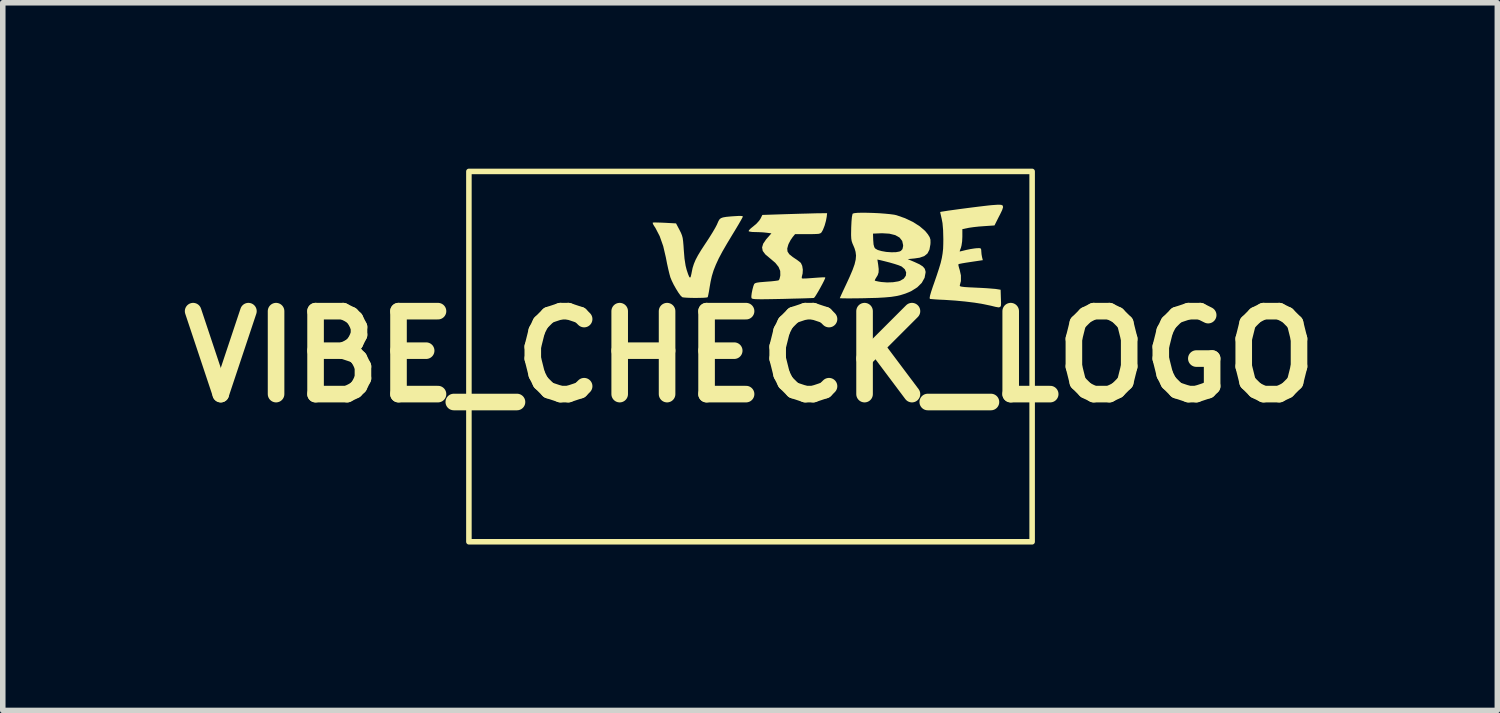
<source format=kicad_pcb>
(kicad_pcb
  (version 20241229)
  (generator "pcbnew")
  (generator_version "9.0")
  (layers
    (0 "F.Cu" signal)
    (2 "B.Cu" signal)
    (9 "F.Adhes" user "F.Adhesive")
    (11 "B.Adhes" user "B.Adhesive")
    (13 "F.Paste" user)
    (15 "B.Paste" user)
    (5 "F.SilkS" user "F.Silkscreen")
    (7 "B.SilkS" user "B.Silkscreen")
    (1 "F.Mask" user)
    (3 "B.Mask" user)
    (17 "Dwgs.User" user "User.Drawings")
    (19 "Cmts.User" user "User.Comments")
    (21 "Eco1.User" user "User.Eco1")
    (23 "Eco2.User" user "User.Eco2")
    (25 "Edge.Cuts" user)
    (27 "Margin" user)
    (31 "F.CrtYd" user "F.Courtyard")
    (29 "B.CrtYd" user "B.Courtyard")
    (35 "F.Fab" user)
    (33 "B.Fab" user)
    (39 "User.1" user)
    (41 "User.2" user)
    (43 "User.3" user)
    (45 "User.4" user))
  (footprint "VIBE_CHECK_LOGO"
    (layer "F.Cu")
    (at 10.514 3.399)
    (property "Reference" "VIBE_CHECK_LOGO" (at 0 0 180) (layer "F.SilkS") (effects (font (size 1.5 1.5) (thickness 0.3))))
    (attr board_only exclude_from_pos_files exclude_from_bom)
    (fp_poly (pts (xy 5.002 0) (xy 5.002 3.249) (xy 0.009 3.249) (xy -4.984 3.249) (xy -4.984 0.036) (xy -4.91 0.036) (xy -4.907 0.074) (xy -4.899 0.142) (xy -4.887 0.236) (xy -4.871 0.351) (xy -4.852 0.48) (xy -4.831 0.619) (xy -4.809 0.762) (xy -4.786 0.904) (xy -4.764 1.039) (xy -4.752 1.108) (xy -4.689 1.457) (xy -4.626 1.77) (xy -4.563 2.046) (xy -4.499 2.286) (xy -4.436 2.49) (xy -4.372 2.658) (xy -4.307 2.791) (xy -4.243 2.888) (xy -4.222 2.912) (xy -4.164 2.958) (xy -4.11 2.97) (xy -4.052 2.947) (xy -4.045 2.942) (xy -3.995 2.893) (xy -3.938 2.812) (xy -3.878 2.705) (xy -3.817 2.576) (xy -3.768 2.458) (xy -3.734 2.366) (xy -3.698 2.263) (xy -3.658 2.145) (xy -3.641 2.092) (xy -1.769 2.092) (xy -1.768 2.113) (xy -1.755 2.255) (xy -1.728 2.37) (xy -1.683 2.464) (xy -1.618 2.545) (xy -1.609 2.553) (xy -1.536 2.613) (xy -1.457 2.651) (xy -1.364 2.668) (xy -1.246 2.67) (xy -1.243 2.669) (xy -1.137 2.66) (xy -1.051 2.639) (xy -1.042 2.636) (xy -0.542 2.636) (xy -0.542 2.644) (xy -0.52 2.651) (xy -0.472 2.656) (xy -0.408 2.658) (xy -0.404 2.658) (xy -0.332 2.656) (xy -0.289 2.649) (xy -0.268 2.636) (xy -0.265 2.629) (xy -0.258 2.601) (xy -0.249 2.544) (xy -0.236 2.464) (xy -0.223 2.368) (xy -0.214 2.301) (xy -0.174 2.003) (xy -0.029 1.997) (xy 0.041 1.997) (xy 0.096 1.999) (xy 0.127 2.005) (xy 0.129 2.007) (xy 0.131 2.029) (xy 0.128 2.081) (xy 0.121 2.158) (xy 0.11 2.251) (xy 0.1 2.326) (xy 0.087 2.428) (xy 0.077 2.517) (xy 0.069 2.587) (xy 0.067 2.632) (xy 0.067 2.644) (xy 0.09 2.653) (xy 0.138 2.657) (xy 0.199 2.658) (xy 0.261 2.655) (xy 0.312 2.649) (xy 0.341 2.64) (xy 0.342 2.639) (xy 0.789 2.639) (xy 0.789 2.644) (xy 0.808 2.648) (xy 0.86 2.652) (xy 0.938 2.654) (xy 1.037 2.657) (xy 1.153 2.658) (xy 1.238 2.658) (xy 1.386 2.658) (xy 1.5 2.656) (xy 1.584 2.653) (xy 1.641 2.649) (xy 1.675 2.644) (xy 1.688 2.636) (xy 1.689 2.635) (xy 1.695 2.604) (xy 1.7 2.551) (xy 1.702 2.52) (xy 1.707 2.427) (xy 1.422 2.422) (xy 1.323 2.42) (xy 1.236 2.416) (xy 1.17 2.411) (xy 1.131 2.406) (xy 1.123 2.404) (xy 1.119 2.38) (xy 1.121 2.326) (xy 1.128 2.248) (xy 1.14 2.154) (xy 1.149 2.092) (xy 2.163 2.092) (xy 2.164 2.113) (xy 2.177 2.255) (xy 2.204 2.37) (xy 2.249 2.464) (xy 2.314 2.545) (xy 2.323 2.553) (xy 2.396 2.613) (xy 2.474 2.651) (xy 2.568 2.668) (xy 2.686 2.67) (xy 2.689 2.669) (xy 2.795 2.66) (xy 2.881 2.639) (xy 2.89 2.636) (xy 3.425 2.636) (xy 3.426 2.642) (xy 3.449 2.652) (xy 3.497 2.657) (xy 3.557 2.658) (xy 3.616 2.655) (xy 3.663 2.647) (xy 3.684 2.638) (xy 3.691 2.613) (xy 3.701 2.559) (xy 3.713 2.48) (xy 3.728 2.385) (xy 3.739 2.304) (xy 3.753 2.2) (xy 3.766 2.111) (xy 3.777 2.041) (xy 3.785 1.996) (xy 3.789 1.983) (xy 3.797 1.996) (xy 3.813 2.036) (xy 3.834 2.095) (xy 3.838 2.109) (xy 3.863 2.184) (xy 3.895 2.279) (xy 3.93 2.381) (xy 3.955 2.45) (xy 4.028 2.658) (xy 4.182 2.658) (xy 4.253 2.657) (xy 4.309 2.652) (xy 4.34 2.647) (xy 4.344 2.644) (xy 4.34 2.624) (xy 4.324 2.574) (xy 4.299 2.5) (xy 4.266 2.406) (xy 4.227 2.298) (xy 4.204 2.239) (xy 4.057 1.847) (xy 4.28 1.499) (xy 4.345 1.396) (xy 4.404 1.303) (xy 4.453 1.224) (xy 4.49 1.164) (xy 4.511 1.127) (xy 4.515 1.12) (xy 4.517 1.105) (xy 4.503 1.095) (xy 4.469 1.091) (xy 4.405 1.089) (xy 4.38 1.089) (xy 4.301 1.091) (xy 4.25 1.097) (xy 4.219 1.109) (xy 4.206 1.121) (xy 4.187 1.147) (xy 4.154 1.199) (xy 4.109 1.271) (xy 4.056 1.357) (xy 4.006 1.44) (xy 3.95 1.532) (xy 3.901 1.614) (xy 3.861 1.679) (xy 3.833 1.723) (xy 3.822 1.74) (xy 3.82 1.727) (xy 3.823 1.684) (xy 3.83 1.615) (xy 3.841 1.526) (xy 3.852 1.445) (xy 3.865 1.341) (xy 3.876 1.249) (xy 3.883 1.176) (xy 3.886 1.128) (xy 3.886 1.112) (xy 3.864 1.099) (xy 3.818 1.092) (xy 3.759 1.089) (xy 3.699 1.091) (xy 3.651 1.098) (xy 3.625 1.11) (xy 3.625 1.111) (xy 3.62 1.134) (xy 3.61 1.189) (xy 3.598 1.27) (xy 3.583 1.374) (xy 3.565 1.496) (xy 3.547 1.63) (xy 3.528 1.772) (xy 3.509 1.918) (xy 3.491 2.062) (xy 3.473 2.2) (xy 3.458 2.327) (xy 3.444 2.439) (xy 3.434 2.531) (xy 3.427 2.598) (xy 3.425 2.636) (xy 2.89 2.636) (xy 2.943 2.615) (xy 2.997 2.588) (xy 3.034 2.564) (xy 3.046 2.551) (xy 3.039 2.527) (xy 3.022 2.483) (xy 3 2.431) (xy 2.977 2.379) (xy 2.958 2.341) (xy 2.948 2.326) (xy 2.93 2.333) (xy 2.891 2.353) (xy 2.87 2.363) (xy 2.803 2.386) (xy 2.723 2.398) (xy 2.647 2.398) (xy 2.589 2.384) (xy 2.586 2.382) (xy 2.532 2.332) (xy 2.494 2.251) (xy 2.473 2.14) (xy 2.469 2) (xy 2.476 1.901) (xy 2.5 1.741) (xy 2.54 1.604) (xy 2.594 1.494) (xy 2.66 1.412) (xy 2.714 1.375) (xy 2.787 1.353) (xy 2.873 1.35) (xy 2.954 1.365) (xy 2.979 1.375) (xy 3.032 1.397) (xy 3.074 1.395) (xy 3.112 1.366) (xy 3.152 1.313) (xy 3.193 1.247) (xy 3.208 1.201) (xy 3.197 1.167) (xy 3.158 1.139) (xy 3.124 1.123) (xy 3.004 1.087) (xy 2.87 1.074) (xy 2.739 1.084) (xy 2.649 1.109) (xy 2.526 1.174) (xy 2.417 1.271) (xy 2.326 1.395) (xy 2.253 1.543) (xy 2.2 1.71) (xy 2.17 1.894) (xy 2.163 2.092) (xy 1.149 2.092) (xy 1.155 2.054) (xy 1.164 1.995) (xy 1.399 1.99) (xy 1.634 1.984) (xy 1.646 1.883) (xy 1.651 1.825) (xy 1.652 1.782) (xy 1.65 1.768) (xy 1.629 1.762) (xy 1.578 1.758) (xy 1.506 1.755) (xy 1.42 1.754) (xy 1.318 1.752) (xy 1.249 1.748) (xy 1.211 1.741) (xy 1.2 1.732) (xy 1.203 1.684) (xy 1.21 1.618) (xy 1.221 1.543) (xy 1.233 1.469) (xy 1.245 1.406) (xy 1.255 1.363) (xy 1.26 1.352) (xy 1.28 1.342) (xy 1.326 1.335) (xy 1.399 1.331) (xy 1.505 1.329) (xy 1.561 1.329) (xy 1.675 1.328) (xy 1.764 1.324) (xy 1.825 1.319) (xy 1.854 1.312) (xy 1.855 1.31) (xy 1.864 1.282) (xy 1.873 1.231) (xy 1.878 1.19) (xy 1.888 1.089) (xy 1.442 1.089) (xy 1.294 1.09) (xy 1.179 1.091) (xy 1.094 1.094) (xy 1.037 1.098) (xy 1.002 1.104) (xy 0.988 1.111) (xy 0.987 1.112) (xy 0.982 1.137) (xy 0.974 1.194) (xy 0.962 1.277) (xy 0.947 1.382) (xy 0.931 1.503) (xy 0.913 1.638) (xy 0.894 1.78) (xy 0.875 1.926) (xy 0.856 2.07) (xy 0.839 2.207) (xy 0.823 2.334) (xy 0.81 2.445) (xy 0.799 2.536) (xy 0.792 2.602) (xy 0.789 2.639) (xy 0.342 2.639) (xy 0.343 2.638) (xy 0.348 2.615) (xy 0.357 2.561) (xy 0.37 2.479) (xy 0.385 2.376) (xy 0.402 2.254) (xy 0.42 2.12) (xy 0.439 1.978) (xy 0.458 1.833) (xy 0.477 1.688) (xy 0.494 1.55) (xy 0.51 1.422) (xy 0.523 1.31) (xy 0.534 1.217) (xy 0.54 1.149) (xy 0.543 1.111) (xy 0.543 1.104) (xy 0.521 1.097) (xy 0.472 1.091) (xy 0.407 1.089) (xy 0.404 1.089) (xy 0.33 1.091) (xy 0.285 1.099) (xy 0.266 1.114) (xy 0.266 1.116) (xy 0.26 1.142) (xy 0.25 1.198) (xy 0.238 1.278) (xy 0.225 1.374) (xy 0.215 1.443) (xy 0.175 1.744) (xy 0.023 1.75) (xy -0.034 1.753) (xy -0.075 1.753) (xy -0.104 1.747) (xy -0.121 1.729) (xy -0.127 1.695) (xy -0.125 1.64) (xy -0.115 1.56) (xy -0.1 1.45) (xy -0.092 1.394) (xy -0.08 1.298) (xy -0.071 1.214) (xy -0.066 1.15) (xy -0.065 1.112) (xy -0.066 1.106) (xy -0.089 1.097) (xy -0.137 1.091) (xy -0.198 1.089) (xy -0.26 1.091) (xy -0.311 1.096) (xy -0.339 1.105) (xy -0.341 1.107) (xy -0.346 1.129) (xy -0.355 1.183) (xy -0.368 1.264) (xy -0.382 1.368) (xy -0.399 1.488) (xy -0.417 1.622) (xy -0.436 1.764) (xy -0.456 1.91) (xy -0.474 2.055) (xy -0.492 2.193) (xy -0.508 2.322) (xy -0.521 2.435) (xy -0.532 2.528) (xy -0.539 2.597) (xy -0.542 2.636) (xy -1.042 2.636) (xy -0.989 2.615) (xy -0.935 2.588) (xy -0.898 2.564) (xy -0.886 2.551) (xy -0.893 2.527) (xy -0.91 2.483) (xy -0.932 2.431) (xy -0.955 2.379) (xy -0.973 2.341) (xy -0.983 2.326) (xy -1.002 2.333) (xy -1.041 2.353) (xy -1.061 2.363) (xy -1.129 2.386) (xy -1.208 2.398) (xy -1.285 2.398) (xy -1.343 2.384) (xy -1.346 2.382) (xy -1.4 2.332) (xy -1.438 2.251) (xy -1.459 2.14) (xy -1.463 2) (xy -1.456 1.901) (xy -1.432 1.741) (xy -1.392 1.604) (xy -1.338 1.494) (xy -1.271 1.412) (xy -1.218 1.375) (xy -1.145 1.353) (xy -1.059 1.35) (xy -0.978 1.365) (xy -0.953 1.375) (xy -0.899 1.397) (xy -0.858 1.395) (xy -0.82 1.366) (xy -0.78 1.313) (xy -0.739 1.247) (xy -0.723 1.201) (xy -0.735 1.167) (xy -0.774 1.139) (xy -0.808 1.123) (xy -0.928 1.087) (xy -1.061 1.074) (xy -1.193 1.084) (xy -1.282 1.109) (xy -1.406 1.174) (xy -1.514 1.271) (xy -1.606 1.395) (xy -1.679 1.543) (xy -1.732 1.71) (xy -1.762 1.894) (xy -1.769 2.092) (xy -3.641 2.092) (xy -3.615 2.01) (xy -3.567 1.854) (xy -3.514 1.674) (xy -3.454 1.467) (xy -3.387 1.23) (xy -3.313 0.969) (xy -3.271 0.82) (xy -3.23 0.674) (xy -3.191 0.538) (xy -3.156 0.416) (xy -3.126 0.316) (xy -3.105 0.243) (xy -3.099 0.224) (xy -3.076 0.147) (xy -3.058 0.082) (xy -3.048 0.038) (xy -3.046 0.025) (xy -3.051 0.02) (xy -3.067 0.015) (xy -3.099 0.011) (xy -3.147 0.007) (xy -3.216 0.005) (xy -3.308 0.003) (xy -3.425 0.002) (xy -3.57 0.001) (xy -3.747 0.000162) (xy -3.957 0.000001) (xy -3.978 0) (xy -3.006 0) (xy -2.936 0.208) (xy -2.844 0.465) (xy -2.752 0.688) (xy -2.661 0.878) (xy -2.571 1.032) (xy -2.483 1.152) (xy -2.397 1.235) (xy -2.342 1.271) (xy -2.282 1.298) (xy -2.236 1.308) (xy -2.186 1.304) (xy -2.133 1.29) (xy -2.067 1.259) (xy -1.985 1.196) (xy -1.932 1.147) (xy -1.886 1.099) (xy -1.836 1.043) (xy -1.782 0.975) (xy -1.721 0.892) (xy -1.651 0.79) (xy -1.569 0.667) (xy -1.473 0.519) (xy -1.36 0.342) (xy -1.354 0.332) (xy -1.299 0.246) (xy -1.249 0.167) (xy -1.207 0.103) (xy -1.18 0.06) (xy -1.174 0.051) (xy -1.146 0.009) (xy -1.112 0.009) (xy -1.033 0.111) (xy -0.955 0.203) (xy -0.868 0.295) (xy -0.78 0.379) (xy -0.7 0.446) (xy -0.659 0.475) (xy -0.524 0.546) (xy -0.39 0.583) (xy -0.256 0.585) (xy -0.115 0.552) (xy 0.017 0.496) (xy 0.085 0.458) (xy 0.174 0.404) (xy 0.277 0.339) (xy 0.383 0.269) (xy 0.467 0.212) (xy 0.758 0.009) (xy 0.84 0.009) (xy 0.959 0.071) (xy 1.074 0.127) (xy 1.177 0.168) (xy 1.286 0.199) (xy 1.348 0.213) (xy 1.458 0.228) (xy 1.59 0.232) (xy 1.73 0.225) (xy 1.865 0.209) (xy 1.966 0.187) (xy 2.037 0.167) (xy 2.129 0.14) (xy 2.232 0.108) (xy 2.317 0.081) (xy 2.515 0.017) (xy 2.75 0.017) (xy 2.75 0.017) (xy 2.781 0.027) (xy 2.841 0.041) (xy 2.926 0.057) (xy 3.029 0.075) (xy 3.143 0.094) (xy 3.175 0.099) (xy 3.264 0.107) (xy 3.382 0.111) (xy 3.521 0.11) (xy 3.673 0.105) (xy 3.831 0.095) (xy 3.986 0.082) (xy 4.132 0.066) (xy 4.148 0.064) (xy 4.256 0.049) (xy 4.352 0.035) (xy 4.428 0.023) (xy 4.48 0.014) (xy 4.502 0.009) (xy 4.502 0.009) (xy 4.486 0.007) (xy 4.436 0.005) (xy 4.357 0.004) (xy 4.251 0.003) (xy 4.122 0.002) (xy 3.974 0.001) (xy 3.81 0.001) (xy 3.633 0.001) (xy 3.616 0.001) (xy 3.434 0.001) (xy 3.267 0.002) (xy 3.118 0.004) (xy 2.989 0.006) (xy 2.885 0.008) (xy 2.809 0.011) (xy 2.763 0.014) (xy 2.75 0.017) (xy 2.515 0.017) (xy 2.538 0.009) (xy 2.119 0.004) (xy 1.964 0.003) (xy 1.787 0.002) (xy 1.602 0.002) (xy 1.423 0.003) (xy 1.27 0.004) (xy 0.84 0.009) (xy 0.758 0.009) (xy 0.285 0.004) (xy 0.12 0.003) (xy -0.067 0.002) (xy -0.262 0.002) (xy -0.451 0.003) (xy -0.62 0.004) (xy -0.65 0.004) (xy -1.112 0.009) (xy -1.146 0.009) (xy -1.14 0) (xy -2.073 -0.000001) (xy -3.006 0) (xy -3.978 0) (xy -4.187 0.000033) (xy -4.363 0.000212) (xy -4.507 0.001) (xy -4.624 0.001) (xy -4.715 0.003) (xy -4.785 0.005) (xy -4.836 0.007) (xy -4.87 0.011) (xy -4.892 0.015) (xy -4.904 0.021) (xy -4.909 0.028) (xy -4.91 0.036) (xy -4.91 0.036) (xy -4.984 0.036) (xy -4.984 -0.000001) (xy -4.984 -3.193) (xy -4.929 -3.193) (xy -4.927 -1.657) (xy -4.925 -0.12) (xy -4.874 -0.461) (xy -4.816 -0.832) (xy -4.759 -1.168) (xy -4.704 -1.47) (xy -4.65 -1.741) (xy -4.597 -1.982) (xy -4.543 -2.196) (xy -4.49 -2.383) (xy -4.435 -2.546) (xy -4.38 -2.687) (xy -4.353 -2.745) (xy -4.306 -2.831) (xy -4.253 -2.904) (xy -4.199 -2.958) (xy -4.151 -2.987) (xy -4.133 -2.99) (xy -4.084 -2.983) (xy -4.036 -2.96) (xy -3.988 -2.919) (xy -3.939 -2.859) (xy -3.889 -2.778) (xy -3.837 -2.674) (xy -3.781 -2.547) (xy -3.723 -2.393) (xy -3.66 -2.212) (xy -3.592 -2.001) (xy -3.518 -1.76) (xy -3.438 -1.486) (xy -3.351 -1.178) (xy -3.341 -1.144) (xy -3.3 -0.995) (xy -3.255 -0.837) (xy -3.21 -0.68) (xy -3.168 -0.533) (xy -3.131 -0.406) (xy -3.116 -0.353) (xy -3.021 -0.033) (xy -2.945 -0.252) (xy -2.849 -0.509) (xy -2.756 -0.729) (xy -2.664 -0.914) (xy -2.574 -1.063) (xy -2.484 -1.178) (xy -2.394 -1.259) (xy -2.305 -1.307) (xy -2.214 -1.322) (xy -2.148 -1.312) (xy -2.084 -1.289) (xy -2.019 -1.252) (xy -1.953 -1.2) (xy -1.882 -1.129) (xy -1.804 -1.037) (xy -1.718 -0.921) (xy -1.62 -0.779) (xy -1.509 -0.608) (xy -1.45 -0.515) (xy -1.38 -0.403) (xy -1.314 -0.3) (xy -1.257 -0.211) (xy -1.21 -0.139) (xy -1.176 -0.09) (xy -1.162 -0.07) (xy -1.126 -0.028) (xy -1.067 -0.102) (xy -0.978 -0.206) (xy -0.88 -0.307) (xy -0.78 -0.399) (xy -0.685 -0.474) (xy -0.602 -0.528) (xy -0.583 -0.537) (xy -0.478 -0.579) (xy -0.378 -0.603) (xy -0.278 -0.607) (xy -0.173 -0.591) (xy -0.061 -0.554) (xy 0.064 -0.494) (xy 0.206 -0.41) (xy 0.368 -0.301) (xy 0.415 -0.268) (xy 0.538 -0.181) (xy 0.635 -0.114) (xy 0.707 -0.067) (xy 0.758 -0.036) (xy 0.79 -0.021) (xy 0.801 -0.019) (xy 0.826 -0.027) (xy 0.867 -0.05) (xy 0.877 -0.056) (xy 0.963 -0.101) (xy 1.072 -0.148) (xy 1.19 -0.19) (xy 1.303 -0.222) (xy 1.339 -0.23) (xy 1.448 -0.249) (xy 1.554 -0.258) (xy 1.662 -0.256) (xy 1.779 -0.243) (xy 1.911 -0.218) (xy 2.062 -0.18) (xy 2.24 -0.128) (xy 2.302 -0.109) (xy 2.414 -0.074) (xy 2.498 -0.05) (xy 2.559 -0.034) (xy 2.604 -0.026) (xy 2.64 -0.024) (xy 2.674 -0.027) (xy 2.711 -0.035) (xy 2.714 -0.035) (xy 2.836 -0.062) (xy 2.938 -0.082) (xy 3.026 -0.097) (xy 3.11 -0.107) (xy 3.199 -0.113) (xy 3.302 -0.117) (xy 3.427 -0.118) (xy 3.526 -0.119) (xy 3.677 -0.118) (xy 3.799 -0.116) (xy 3.902 -0.112) (xy 3.995 -0.105) (xy 4.086 -0.095) (xy 4.184 -0.081) (xy 4.209 -0.077) (xy 4.331 -0.059) (xy 4.467 -0.044) (xy 4.599 -0.031) (xy 4.711 -0.024) (xy 4.712 -0.024) (xy 4.947 -0.013) (xy 4.947 -1.603) (xy 4.947 -3.193) (xy 0.009 -3.193) (xy -4.929 -3.193) (xy -4.984 -3.193) (xy -4.984 -3.249) (xy 0.009 -3.249) (xy 5.002 -3.249)) (stroke (width 0) (type solid)) (fill yes) (layer "F.Mask"))
    (fp_rect (start -5.084 -3.349) (end 5.102 3.349) (stroke (width 0.1) (type default)) (fill no) (layer "F.SilkS"))
    (fp_poly (pts (xy -0.149 -2.543) (xy -0.129 -2.535) (xy -0.129 -2.534) (xy -0.138 -2.513) (xy -0.164 -2.466) (xy -0.203 -2.398) (xy -0.253 -2.314) (xy -0.31 -2.22) (xy -0.312 -2.217) (xy -0.415 -2.046) (xy -0.499 -1.901) (xy -0.566 -1.775) (xy -0.618 -1.662) (xy -0.659 -1.559) (xy -0.69 -1.458) (xy -0.713 -1.355) (xy -0.73 -1.258) (xy -0.742 -1.182) (xy -0.754 -1.12) (xy -0.763 -1.081) (xy -0.767 -1.073) (xy -0.79 -1.068) (xy -0.841 -1.064) (xy -0.91 -1.062) (xy -0.99 -1.061) (xy -1.07 -1.062) (xy -1.142 -1.065) (xy -1.197 -1.069) (xy -1.225 -1.074) (xy -1.225 -1.074) (xy -1.255 -1.102) (xy -1.294 -1.155) (xy -1.337 -1.224) (xy -1.38 -1.3) (xy -1.416 -1.374) (xy -1.44 -1.432) (xy -1.457 -1.493) (xy -1.478 -1.579) (xy -1.5 -1.679) (xy -1.52 -1.782) (xy -1.521 -1.788) (xy -1.57 -1.998) (xy -1.634 -2.179) (xy -1.712 -2.329) (xy -1.735 -2.363) (xy -1.756 -2.4) (xy -1.76 -2.422) (xy -1.759 -2.423) (xy -1.735 -2.426) (xy -1.684 -2.425) (xy -1.611 -2.423) (xy -1.541 -2.42) (xy -1.338 -2.409) (xy -1.275 -2.29) (xy -1.249 -2.238) (xy -1.231 -2.193) (xy -1.218 -2.145) (xy -1.21 -2.086) (xy -1.203 -2.006) (xy -1.198 -1.93) (xy -1.185 -1.772) (xy -1.165 -1.644) (xy -1.146 -1.569) (xy -1.119 -1.488) (xy -1.099 -1.441) (xy -1.084 -1.427) (xy -1.072 -1.446) (xy -1.06 -1.497) (xy -1.054 -1.528) (xy -1.038 -1.605) (xy -1.015 -1.677) (xy -0.984 -1.751) (xy -0.94 -1.834) (xy -0.881 -1.931) (xy -0.803 -2.05) (xy -0.79 -2.069) (xy -0.731 -2.16) (xy -0.675 -2.25) (xy -0.629 -2.329) (xy -0.597 -2.39) (xy -0.591 -2.405) (xy -0.571 -2.45) (xy -0.552 -2.482) (xy -0.527 -2.503) (xy -0.489 -2.517) (xy -0.431 -2.527) (xy -0.347 -2.535) (xy -0.29 -2.539) (xy -0.204 -2.544)) (stroke (width 0) (type solid)) (fill yes) (layer "F.SilkS"))
    (fp_poly (pts (xy 4.541 -2.745) (xy 4.571 -2.731) (xy 4.576 -2.701) (xy 4.56 -2.65) (xy 4.523 -2.573) (xy 4.499 -2.527) (xy 4.421 -2.372) (xy 4.232 -2.359) (xy 4.138 -2.352) (xy 4.046 -2.342) (xy 3.969 -2.331) (xy 3.941 -2.326) (xy 3.84 -2.305) (xy 3.84 -2.167) (xy 3.836 -2.084) (xy 3.825 -2.01) (xy 3.813 -1.965) (xy 3.797 -1.924) (xy 3.792 -1.902) (xy 3.793 -1.901) (xy 3.813 -1.905) (xy 3.858 -1.916) (xy 3.907 -1.928) (xy 3.983 -1.944) (xy 4.06 -1.956) (xy 4.098 -1.96) (xy 4.149 -1.962) (xy 4.173 -1.955) (xy 4.181 -1.933) (xy 4.182 -1.911) (xy 4.187 -1.849) (xy 4.196 -1.799) (xy 4.21 -1.744) (xy 3.995 -1.712) (xy 3.909 -1.699) (xy 3.838 -1.687) (xy 3.789 -1.677) (xy 3.769 -1.671) (xy 3.769 -1.649) (xy 3.78 -1.605) (xy 3.792 -1.567) (xy 3.814 -1.468) (xy 3.814 -1.366) (xy 3.794 -1.29) (xy 3.794 -1.279) (xy 3.805 -1.27) (xy 3.832 -1.264) (xy 3.882 -1.258) (xy 3.958 -1.253) (xy 4.065 -1.248) (xy 4.083 -1.247) (xy 4.191 -1.242) (xy 4.292 -1.236) (xy 4.376 -1.229) (xy 4.437 -1.224) (xy 4.458 -1.221) (xy 4.532 -1.209) (xy 4.537 -1.047) (xy 4.54 -0.972) (xy 4.538 -0.923) (xy 4.525 -0.897) (xy 4.495 -0.89) (xy 4.442 -0.899) (xy 4.361 -0.919) (xy 4.338 -0.924) (xy 4.214 -0.95) (xy 4.062 -0.975) (xy 3.892 -0.996) (xy 3.713 -1.013) (xy 3.534 -1.025) (xy 3.516 -1.026) (xy 3.425 -1.03) (xy 3.345 -1.035) (xy 3.286 -1.04) (xy 3.255 -1.043) (xy 3.254 -1.044) (xy 3.248 -1.059) (xy 3.255 -1.101) (xy 3.275 -1.171) (xy 3.308 -1.271) (xy 3.324 -1.315) (xy 3.376 -1.466) (xy 3.417 -1.591) (xy 3.448 -1.694) (xy 3.469 -1.784) (xy 3.483 -1.867) (xy 3.492 -1.95) (xy 3.495 -2.039) (xy 3.496 -2.123) (xy 3.492 -2.285) (xy 3.481 -2.414) (xy 3.466 -2.492) (xy 3.452 -2.553) (xy 3.442 -2.597) (xy 3.439 -2.615) (xy 3.46 -2.62) (xy 3.511 -2.628) (xy 3.587 -2.64) (xy 3.682 -2.653) (xy 3.79 -2.668) (xy 3.905 -2.683) (xy 4.021 -2.698) (xy 4.133 -2.712) (xy 4.234 -2.724) (xy 4.319 -2.734) (xy 4.382 -2.74) (xy 4.398 -2.741) (xy 4.484 -2.747)) (stroke (width 0) (type solid)) (fill yes) (layer "F.SilkS"))
    (fp_poly (pts (xy 1.387 -2.529) (xy 1.373 -2.454) (xy 1.349 -2.369) (xy 1.319 -2.293) (xy 1.299 -2.257) (xy 1.286 -2.239) (xy 1.268 -2.228) (xy 1.239 -2.22) (xy 1.192 -2.217) (xy 1.12 -2.215) (xy 1.044 -2.215) (xy 0.815 -2.215) (xy 0.77 -2.16) (xy 0.734 -2.108) (xy 0.7 -2.043) (xy 0.691 -2.021) (xy 0.673 -1.954) (xy 0.678 -1.9) (xy 0.71 -1.851) (xy 0.772 -1.801) (xy 0.799 -1.783) (xy 0.854 -1.746) (xy 0.899 -1.712) (xy 0.92 -1.693) (xy 0.944 -1.641) (xy 0.955 -1.572) (xy 0.951 -1.502) (xy 0.945 -1.478) (xy 0.935 -1.437) (xy 0.938 -1.414) (xy 0.939 -1.414) (xy 0.961 -1.412) (xy 1.013 -1.413) (xy 1.085 -1.418) (xy 1.153 -1.423) (xy 1.235 -1.429) (xy 1.302 -1.433) (xy 1.347 -1.434) (xy 1.361 -1.432) (xy 1.357 -1.413) (xy 1.338 -1.371) (xy 1.308 -1.312) (xy 1.272 -1.246) (xy 1.235 -1.18) (xy 1.2 -1.122) (xy 1.173 -1.08) (xy 1.156 -1.061) (xy 1.156 -1.061) (xy 1.133 -1.059) (xy 1.078 -1.057) (xy 0.995 -1.054) (xy 0.89 -1.051) (xy 0.767 -1.048) (xy 0.63 -1.044) (xy 0.586 -1.043) (xy 0.428 -1.04) (xy 0.302 -1.038) (xy 0.206 -1.037) (xy 0.135 -1.038) (xy 0.086 -1.04) (xy 0.054 -1.044) (xy 0.035 -1.05) (xy 0.027 -1.058) (xy 0.026 -1.06) (xy 0.024 -1.093) (xy 0.031 -1.149) (xy 0.044 -1.213) (xy 0.06 -1.273) (xy 0.075 -1.312) (xy 0.09 -1.326) (xy 0.123 -1.337) (xy 0.179 -1.345) (xy 0.264 -1.352) (xy 0.299 -1.355) (xy 0.383 -1.361) (xy 0.454 -1.369) (xy 0.504 -1.376) (xy 0.523 -1.383) (xy 0.535 -1.41) (xy 0.546 -1.458) (xy 0.548 -1.471) (xy 0.546 -1.549) (xy 0.516 -1.622) (xy 0.457 -1.696) (xy 0.364 -1.775) (xy 0.359 -1.779) (xy 0.277 -1.848) (xy 0.23 -1.911) (xy 0.218 -1.974) (xy 0.238 -2.042) (xy 0.291 -2.12) (xy 0.313 -2.145) (xy 0.387 -2.229) (xy 0.301 -2.24) (xy 0.234 -2.247) (xy 0.152 -2.251) (xy 0.1 -2.252) (xy 0.038 -2.254) (xy -0.008 -2.261) (xy -0.026 -2.268) (xy -0.018 -2.286) (xy 0.014 -2.319) (xy 0.06 -2.356) (xy 0.118 -2.405) (xy 0.166 -2.459) (xy 0.19 -2.495) (xy 0.223 -2.562) (xy 0.651 -2.576) (xy 0.785 -2.58) (xy 0.916 -2.584) (xy 1.037 -2.587) (xy 1.14 -2.59) (xy 1.217 -2.592) (xy 1.237 -2.592) (xy 1.394 -2.594)) (stroke (width 0) (type solid)) (fill yes) (layer "F.SilkS"))
    (fp_poly (pts (xy 2.121 -2.601) (xy 2.227 -2.598) (xy 2.335 -2.593) (xy 2.44 -2.585) (xy 2.533 -2.576) (xy 2.608 -2.566) (xy 2.648 -2.557) (xy 2.803 -2.503) (xy 2.946 -2.435) (xy 3.07 -2.356) (xy 3.168 -2.271) (xy 3.217 -2.211) (xy 3.249 -2.159) (xy 3.263 -2.115) (xy 3.264 -2.06) (xy 3.262 -2.029) (xy 3.245 -1.935) (xy 3.21 -1.866) (xy 3.153 -1.819) (xy 3.069 -1.789) (xy 2.976 -1.775) (xy 2.852 -1.763) (xy 2.974 -1.711) (xy 3.065 -1.669) (xy 3.125 -1.63) (xy 3.16 -1.589) (xy 3.174 -1.542) (xy 3.175 -1.521) (xy 3.157 -1.425) (xy 3.106 -1.334) (xy 3.025 -1.253) (xy 2.917 -1.185) (xy 2.889 -1.172) (xy 2.811 -1.14) (xy 2.732 -1.115) (xy 2.647 -1.095) (xy 2.551 -1.08) (xy 2.436 -1.07) (xy 2.298 -1.062) (xy 2.131 -1.058) (xy 2.072 -1.056) (xy 1.948 -1.054) (xy 1.837 -1.053) (xy 1.744 -1.053) (xy 1.675 -1.054) (xy 1.634 -1.055) (xy 1.624 -1.057) (xy 1.632 -1.076) (xy 1.652 -1.121) (xy 1.683 -1.188) (xy 1.721 -1.269) (xy 1.734 -1.296) (xy 1.771 -1.376) (xy 2.256 -1.376) (xy 2.256 -1.374) (xy 2.278 -1.367) (xy 2.325 -1.357) (xy 2.374 -1.349) (xy 2.479 -1.341) (xy 2.586 -1.345) (xy 2.679 -1.36) (xy 2.713 -1.37) (xy 2.781 -1.41) (xy 2.818 -1.463) (xy 2.824 -1.522) (xy 2.799 -1.58) (xy 2.742 -1.629) (xy 2.733 -1.633) (xy 2.687 -1.652) (xy 2.613 -1.676) (xy 2.523 -1.702) (xy 2.425 -1.727) (xy 2.356 -1.744) (xy 2.303 -1.755) (xy 2.317 -1.667) (xy 2.327 -1.583) (xy 2.325 -1.522) (xy 2.309 -1.473) (xy 2.287 -1.437) (xy 2.264 -1.399) (xy 2.256 -1.376) (xy 1.771 -1.376) (xy 1.803 -1.446) (xy 1.855 -1.568) (xy 1.891 -1.669) (xy 1.911 -1.754) (xy 1.917 -1.827) (xy 1.909 -1.894) (xy 1.89 -1.959) (xy 1.872 -2.002) (xy 1.852 -2.048) (xy 1.838 -2.09) (xy 1.831 -2.134) (xy 1.828 -2.192) (xy 1.828 -2.224) (xy 2.224 -2.224) (xy 2.228 -2.106) (xy 2.234 -2.028) (xy 2.248 -1.978) (xy 2.265 -1.954) (xy 2.31 -1.928) (xy 2.38 -1.908) (xy 2.465 -1.893) (xy 2.555 -1.887) (xy 2.637 -1.888) (xy 2.702 -1.9) (xy 2.728 -1.912) (xy 2.757 -1.944) (xy 2.768 -1.995) (xy 2.769 -2.015) (xy 2.752 -2.092) (xy 2.704 -2.153) (xy 2.626 -2.197) (xy 2.52 -2.223) (xy 2.388 -2.231) (xy 2.363 -2.23) (xy 2.224 -2.224) (xy 1.828 -2.224) (xy 1.829 -2.272) (xy 1.83 -2.335) (xy 1.835 -2.441) (xy 1.842 -2.522) (xy 1.852 -2.572) (xy 1.858 -2.586) (xy 1.886 -2.594) (xy 1.943 -2.6) (xy 2.024 -2.602)) (stroke (width 0) (type solid)) (fill yes) (layer "F.SilkS")))
  (gr_rect
    (start -3 -3)
    (end 24.029 9.798)
    (stroke (width 0.1) (type default))
    (fill no)
    (layer "Edge.Cuts")))
</source>
